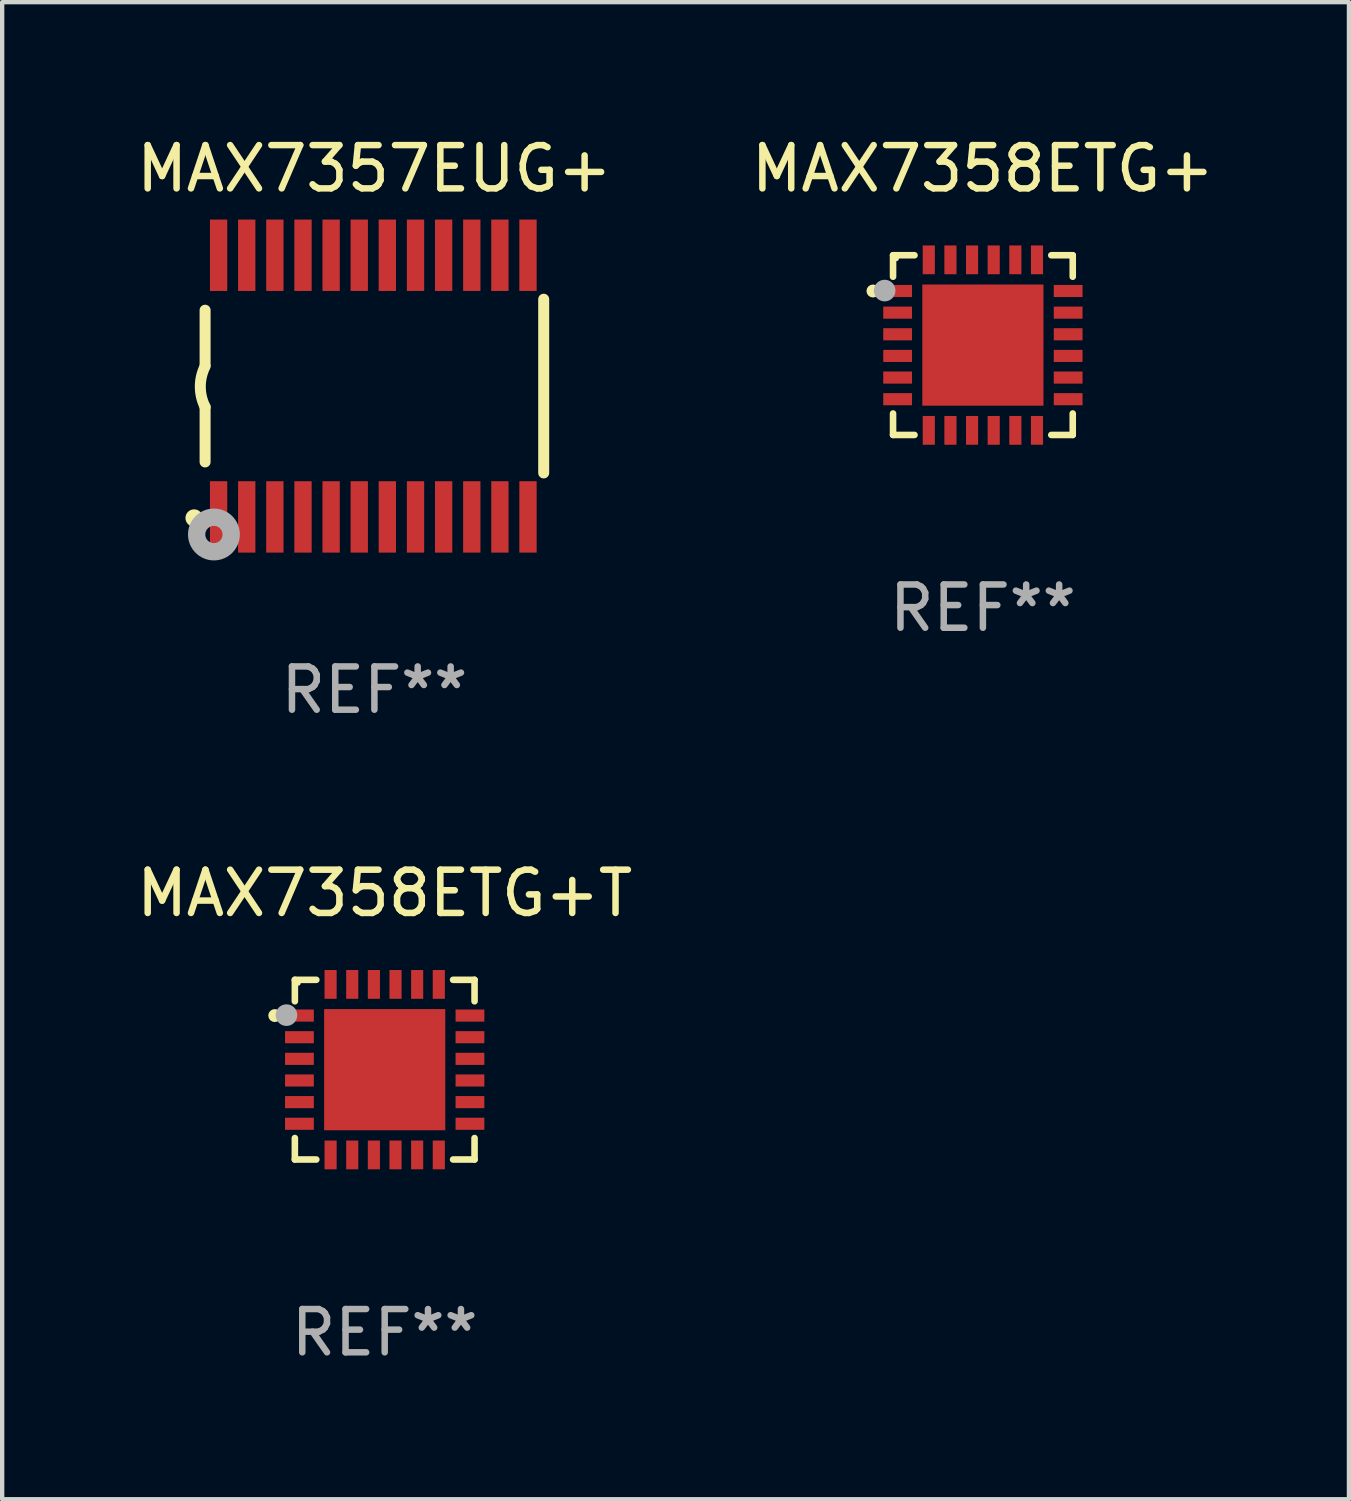
<source format=kicad_pcb>
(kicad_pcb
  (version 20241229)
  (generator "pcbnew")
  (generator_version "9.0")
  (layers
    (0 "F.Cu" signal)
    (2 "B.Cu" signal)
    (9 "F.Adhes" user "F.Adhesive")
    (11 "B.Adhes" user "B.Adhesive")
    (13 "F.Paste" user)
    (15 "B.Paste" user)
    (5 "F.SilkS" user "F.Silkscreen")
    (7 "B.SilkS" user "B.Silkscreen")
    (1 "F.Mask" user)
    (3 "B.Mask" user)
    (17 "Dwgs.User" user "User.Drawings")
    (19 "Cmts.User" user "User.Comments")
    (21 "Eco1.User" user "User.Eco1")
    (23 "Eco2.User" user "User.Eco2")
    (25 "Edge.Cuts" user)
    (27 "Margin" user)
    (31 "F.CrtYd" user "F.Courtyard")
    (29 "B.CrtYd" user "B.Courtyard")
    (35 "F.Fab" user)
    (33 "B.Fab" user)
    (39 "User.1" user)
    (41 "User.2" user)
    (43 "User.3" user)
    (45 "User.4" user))
  (footprint "MAX7358ETG+"
    (layer "F.Cu")
    (at 19.661 4.924)
    (property "Reference" "MAX7358ETG+" (at 0 -4.076 0) (layer "F.SilkS") (effects (font (size 1 1) (thickness 0.15))))
    (attr through_hole)
    (fp_line (start -2.076 -2.076) (end -2.076 -1.58) (stroke (width 0.152) (type solid)) (layer "F.SilkS"))
    (fp_line (start -2.076 2.076) (end -2.076 1.58) (stroke (width 0.152) (type solid)) (layer "F.SilkS"))
    (fp_line (start -1.58 -2.076) (end -2.076 -2.076) (stroke (width 0.152) (type solid)) (layer "F.SilkS"))
    (fp_line (start -1.58 2.076) (end -2.076 2.076) (stroke (width 0.152) (type solid)) (layer "F.SilkS"))
    (fp_line (start 1.58 -2.076) (end 2.076 -2.076) (stroke (width 0.152) (type solid)) (layer "F.SilkS"))
    (fp_line (start 1.58 2.076) (end 2.076 2.076) (stroke (width 0.152) (type solid)) (layer "F.SilkS"))
    (fp_line (start 2.076 -2.076) (end 2.076 -1.58) (stroke (width 0.152) (type solid)) (layer "F.SilkS"))
    (fp_line (start 2.076 2.076) (end 2.076 1.58) (stroke (width 0.152) (type solid)) (layer "F.SilkS"))
    (fp_circle (center -2.54 -1.25) (end -2.465 -1.25) (stroke (width 0.15) (type solid)) (fill no) (layer "F.SilkS"))
    (fp_circle (center -2 -2) (end -1.97 -2) (stroke (width 0.06) (type solid)) (fill no) (layer "F.SilkS"))
    (fp_circle (center -2.27 -1.26) (end -2.145 -1.26) (stroke (width 0.25) (type solid)) (fill no) (layer "F.Fab"))
    (fp_text user "REF**" (at 0 6.076 0) (layer "F.Fab") (effects (font (size 1 1) (thickness 0.15))))
    (pad "1" smd rect (at -1.97 -1.25) (size 0.665 0.28) (layers "F.Cu" "F.Mask" "F.Paste"))
    (pad "2" smd rect (at -1.97 -0.75) (size 0.665 0.28) (layers "F.Cu" "F.Mask" "F.Paste"))
    (pad "3" smd rect (at -1.97 -0.25) (size 0.665 0.28) (layers "F.Cu" "F.Mask" "F.Paste"))
    (pad "4" smd rect (at -1.97 0.25) (size 0.665 0.28) (layers "F.Cu" "F.Mask" "F.Paste"))
    (pad "5" smd rect (at -1.97 0.75) (size 0.665 0.28) (layers "F.Cu" "F.Mask" "F.Paste"))
    (pad "6" smd rect (at -1.97 1.25) (size 0.665 0.28) (layers "F.Cu" "F.Mask" "F.Paste"))
    (pad "7" smd rect (at -1.25 1.97) (size 0.28 0.665) (layers "F.Cu" "F.Mask" "F.Paste"))
    (pad "8" smd rect (at -0.75 1.97) (size 0.28 0.665) (layers "F.Cu" "F.Mask" "F.Paste"))
    (pad "9" smd rect (at -0.25 1.97) (size 0.28 0.665) (layers "F.Cu" "F.Mask" "F.Paste"))
    (pad "10" smd rect (at 0.25 1.97) (size 0.28 0.665) (layers "F.Cu" "F.Mask" "F.Paste"))
    (pad "11" smd rect (at 0.75 1.97) (size 0.28 0.665) (layers "F.Cu" "F.Mask" "F.Paste"))
    (pad "12" smd rect (at 1.25 1.97) (size 0.28 0.665) (layers "F.Cu" "F.Mask" "F.Paste"))
    (pad "13" smd rect (at 1.97 1.25) (size 0.665 0.28) (layers "F.Cu" "F.Mask" "F.Paste"))
    (pad "14" smd rect (at 1.97 0.75) (size 0.665 0.28) (layers "F.Cu" "F.Mask" "F.Paste"))
    (pad "15" smd rect (at 1.97 0.25) (size 0.665 0.28) (layers "F.Cu" "F.Mask" "F.Paste"))
    (pad "16" smd rect (at 1.97 -0.25) (size 0.665 0.28) (layers "F.Cu" "F.Mask" "F.Paste"))
    (pad "17" smd rect (at 1.97 -0.75) (size 0.665 0.28) (layers "F.Cu" "F.Mask" "F.Paste"))
    (pad "18" smd rect (at 1.97 -1.25) (size 0.665 0.28) (layers "F.Cu" "F.Mask" "F.Paste"))
    (pad "19" smd rect (at 1.25 -1.97) (size 0.28 0.665) (layers "F.Cu" "F.Mask" "F.Paste"))
    (pad "20" smd rect (at 0.75 -1.97) (size 0.28 0.665) (layers "F.Cu" "F.Mask" "F.Paste"))
    (pad "21" smd rect (at 0.25 -1.97) (size 0.28 0.665) (layers "F.Cu" "F.Mask" "F.Paste"))
    (pad "22" smd rect (at -0.25 -1.97) (size 0.28 0.665) (layers "F.Cu" "F.Mask" "F.Paste"))
    (pad "23" smd rect (at -0.75 -1.97) (size 0.28 0.665) (layers "F.Cu" "F.Mask" "F.Paste"))
    (pad "24" smd rect (at -1.25 -1.97) (size 0.28 0.665) (layers "F.Cu" "F.Mask" "F.Paste"))
    (pad "25" smd rect (at 0 0) (size 2.8 2.8) (layers "F.Cu" "F.Mask" "F.Paste")))
  (footprint "MAX7358ETG+T"
    (layer "F.Cu")
    (at 5.839 21.666)
    (property "Reference" "MAX7358ETG+T" (at 0 -4.076 0) (layer "F.SilkS") (effects (font (size 1 1) (thickness 0.15))))
    (attr through_hole)
    (fp_line (start -2.076 -2.076) (end -2.076 -1.58) (stroke (width 0.152) (type solid)) (layer "F.SilkS"))
    (fp_line (start -2.076 2.076) (end -2.076 1.58) (stroke (width 0.152) (type solid)) (layer "F.SilkS"))
    (fp_line (start -1.58 -2.076) (end -2.076 -2.076) (stroke (width 0.152) (type solid)) (layer "F.SilkS"))
    (fp_line (start -1.58 2.076) (end -2.076 2.076) (stroke (width 0.152) (type solid)) (layer "F.SilkS"))
    (fp_line (start 1.58 -2.076) (end 2.076 -2.076) (stroke (width 0.152) (type solid)) (layer "F.SilkS"))
    (fp_line (start 1.58 2.076) (end 2.076 2.076) (stroke (width 0.152) (type solid)) (layer "F.SilkS"))
    (fp_line (start 2.076 -2.076) (end 2.076 -1.58) (stroke (width 0.152) (type solid)) (layer "F.SilkS"))
    (fp_line (start 2.076 2.076) (end 2.076 1.58) (stroke (width 0.152) (type solid)) (layer "F.SilkS"))
    (fp_circle (center -2.54 -1.25) (end -2.465 -1.25) (stroke (width 0.15) (type solid)) (fill no) (layer "F.SilkS"))
    (fp_circle (center -2 -2) (end -1.97 -2) (stroke (width 0.06) (type solid)) (fill no) (layer "F.SilkS"))
    (fp_circle (center -2.27 -1.26) (end -2.145 -1.26) (stroke (width 0.25) (type solid)) (fill no) (layer "F.Fab"))
    (fp_text user "REF**" (at 0 6.076 0) (layer "F.Fab") (effects (font (size 1 1) (thickness 0.15))))
    (pad "1" smd rect (at -1.97 -1.25) (size 0.665 0.28) (layers "F.Cu" "F.Mask" "F.Paste"))
    (pad "2" smd rect (at -1.97 -0.75) (size 0.665 0.28) (layers "F.Cu" "F.Mask" "F.Paste"))
    (pad "3" smd rect (at -1.97 -0.25) (size 0.665 0.28) (layers "F.Cu" "F.Mask" "F.Paste"))
    (pad "4" smd rect (at -1.97 0.25) (size 0.665 0.28) (layers "F.Cu" "F.Mask" "F.Paste"))
    (pad "5" smd rect (at -1.97 0.75) (size 0.665 0.28) (layers "F.Cu" "F.Mask" "F.Paste"))
    (pad "6" smd rect (at -1.97 1.25) (size 0.665 0.28) (layers "F.Cu" "F.Mask" "F.Paste"))
    (pad "7" smd rect (at -1.25 1.97) (size 0.28 0.665) (layers "F.Cu" "F.Mask" "F.Paste"))
    (pad "8" smd rect (at -0.75 1.97) (size 0.28 0.665) (layers "F.Cu" "F.Mask" "F.Paste"))
    (pad "9" smd rect (at -0.25 1.97) (size 0.28 0.665) (layers "F.Cu" "F.Mask" "F.Paste"))
    (pad "10" smd rect (at 0.25 1.97) (size 0.28 0.665) (layers "F.Cu" "F.Mask" "F.Paste"))
    (pad "11" smd rect (at 0.75 1.97) (size 0.28 0.665) (layers "F.Cu" "F.Mask" "F.Paste"))
    (pad "12" smd rect (at 1.25 1.97) (size 0.28 0.665) (layers "F.Cu" "F.Mask" "F.Paste"))
    (pad "13" smd rect (at 1.97 1.25) (size 0.665 0.28) (layers "F.Cu" "F.Mask" "F.Paste"))
    (pad "14" smd rect (at 1.97 0.75) (size 0.665 0.28) (layers "F.Cu" "F.Mask" "F.Paste"))
    (pad "15" smd rect (at 1.97 0.25) (size 0.665 0.28) (layers "F.Cu" "F.Mask" "F.Paste"))
    (pad "16" smd rect (at 1.97 -0.25) (size 0.665 0.28) (layers "F.Cu" "F.Mask" "F.Paste"))
    (pad "17" smd rect (at 1.97 -0.75) (size 0.665 0.28) (layers "F.Cu" "F.Mask" "F.Paste"))
    (pad "18" smd rect (at 1.97 -1.25) (size 0.665 0.28) (layers "F.Cu" "F.Mask" "F.Paste"))
    (pad "19" smd rect (at 1.25 -1.97) (size 0.28 0.665) (layers "F.Cu" "F.Mask" "F.Paste"))
    (pad "20" smd rect (at 0.75 -1.97) (size 0.28 0.665) (layers "F.Cu" "F.Mask" "F.Paste"))
    (pad "21" smd rect (at 0.25 -1.97) (size 0.28 0.665) (layers "F.Cu" "F.Mask" "F.Paste"))
    (pad "22" smd rect (at -0.25 -1.97) (size 0.28 0.665) (layers "F.Cu" "F.Mask" "F.Paste"))
    (pad "23" smd rect (at -0.75 -1.97) (size 0.28 0.665) (layers "F.Cu" "F.Mask" "F.Paste"))
    (pad "24" smd rect (at -1.25 -1.97) (size 0.28 0.665) (layers "F.Cu" "F.Mask" "F.Paste"))
    (pad "25" smd rect (at 0 0) (size 2.8 2.8) (layers "F.Cu" "F.Mask" "F.Paste")))
  (footprint "MAX7357EUG+"
    (layer "F.Cu")
    (at 5.601 5.871)
    (property "Reference" "MAX7357EUG+" (at 0 -5.023 0) (layer "F.SilkS") (effects (font (size 1 1) (thickness 0.15))))
    (attr through_hole)
    (fp_line (start -3.912 -0.483) (end -3.912 -1.753) (stroke (width 0.254) (type solid)) (layer "F.SilkS"))
    (fp_line (start -3.912 1.753) (end -3.912 0.483) (stroke (width 0.254) (type solid)) (layer "F.SilkS"))
    (fp_line (start 3.912 -2.007) (end 3.912 2.007) (stroke (width 0.254) (type solid)) (layer "F.SilkS"))
    (fp_arc (start -3.911608 0.482601) (mid -4.022537 0.0127) (end -3.911608 -0.457201) (stroke (width 0.254001) (type solid)) (layer "F.SilkS"))
    (fp_circle (center -4.166 3.048) (end -4.066 3.048) (stroke (width 0.2) (type solid)) (fill no) (layer "F.SilkS"))
    (fp_circle (center -3.925 3.186) (end -3.895 3.186) (stroke (width 0.06) (type solid)) (fill no) (layer "F.SilkS"))
    (fp_circle (center -3.708 3.429) (end -3.509 3.429) (stroke (width 0.4) (type solid)) (fill no) (layer "F.Fab"))
    (fp_text user "REF**" (at 0 7.023 0) (layer "F.Fab") (effects (font (size 1 1) (thickness 0.15))))
    (pad "1" smd rect (at -3.6 3.023) (size 0.4 1.65) (layers "F.Cu" "F.Mask" "F.Paste"))
    (pad "2" smd rect (at -2.95 3.023) (size 0.4 1.65) (layers "F.Cu" "F.Mask" "F.Paste"))
    (pad "3" smd rect (at -2.3 3.023) (size 0.4 1.65) (layers "F.Cu" "F.Mask" "F.Paste"))
    (pad "4" smd rect (at -1.65 3.023) (size 0.4 1.65) (layers "F.Cu" "F.Mask" "F.Paste"))
    (pad "5" smd rect (at -1 3.023) (size 0.4 1.65) (layers "F.Cu" "F.Mask" "F.Paste"))
    (pad "6" smd rect (at -0.35 3.023) (size 0.4 1.65) (layers "F.Cu" "F.Mask" "F.Paste"))
    (pad "7" smd rect (at 0.299 3.023) (size 0.4 1.65) (layers "F.Cu" "F.Mask" "F.Paste"))
    (pad "8" smd rect (at 0.95 3.023) (size 0.4 1.65) (layers "F.Cu" "F.Mask" "F.Paste"))
    (pad "9" smd rect (at 1.6 3.023) (size 0.4 1.65) (layers "F.Cu" "F.Mask" "F.Paste"))
    (pad "10" smd rect (at 2.25 3.023) (size 0.4 1.65) (layers "F.Cu" "F.Mask" "F.Paste"))
    (pad "11" smd rect (at 2.9 3.023) (size 0.4 1.65) (layers "F.Cu" "F.Mask" "F.Paste"))
    (pad "12" smd rect (at 3.549 3.023) (size 0.4 1.65) (layers "F.Cu" "F.Mask" "F.Paste"))
    (pad "13" smd rect (at 3.549 -3.023) (size 0.4 1.65) (layers "F.Cu" "F.Mask" "F.Paste"))
    (pad "14" smd rect (at 2.9 -3.023) (size 0.4 1.65) (layers "F.Cu" "F.Mask" "F.Paste"))
    (pad "15" smd rect (at 2.25 -3.023) (size 0.4 1.65) (layers "F.Cu" "F.Mask" "F.Paste"))
    (pad "16" smd rect (at 1.6 -3.023) (size 0.4 1.65) (layers "F.Cu" "F.Mask" "F.Paste"))
    (pad "17" smd rect (at 0.95 -3.023) (size 0.4 1.65) (layers "F.Cu" "F.Mask" "F.Paste"))
    (pad "18" smd rect (at 0.299 -3.023) (size 0.4 1.65) (layers "F.Cu" "F.Mask" "F.Paste"))
    (pad "19" smd rect (at -0.35 -3.023) (size 0.4 1.65) (layers "F.Cu" "F.Mask" "F.Paste"))
    (pad "20" smd rect (at -1 -3.023) (size 0.4 1.65) (layers "F.Cu" "F.Mask" "F.Paste"))
    (pad "21" smd rect (at -1.65 -3.023) (size 0.4 1.65) (layers "F.Cu" "F.Mask" "F.Paste"))
    (pad "22" smd rect (at -2.3 -3.023) (size 0.4 1.65) (layers "F.Cu" "F.Mask" "F.Paste"))
    (pad "23" smd rect (at -2.95 -3.023) (size 0.4 1.65) (layers "F.Cu" "F.Mask" "F.Paste"))
    (pad "24" smd rect (at -3.6 -3.023) (size 0.4 1.65) (layers "F.Cu" "F.Mask" "F.Paste")))
  (gr_rect
    (start -3 -3)
    (end 28.119 31.591)
    (stroke (width 0.1) (type default))
    (fill no)
    (layer "Edge.Cuts")))
</source>
